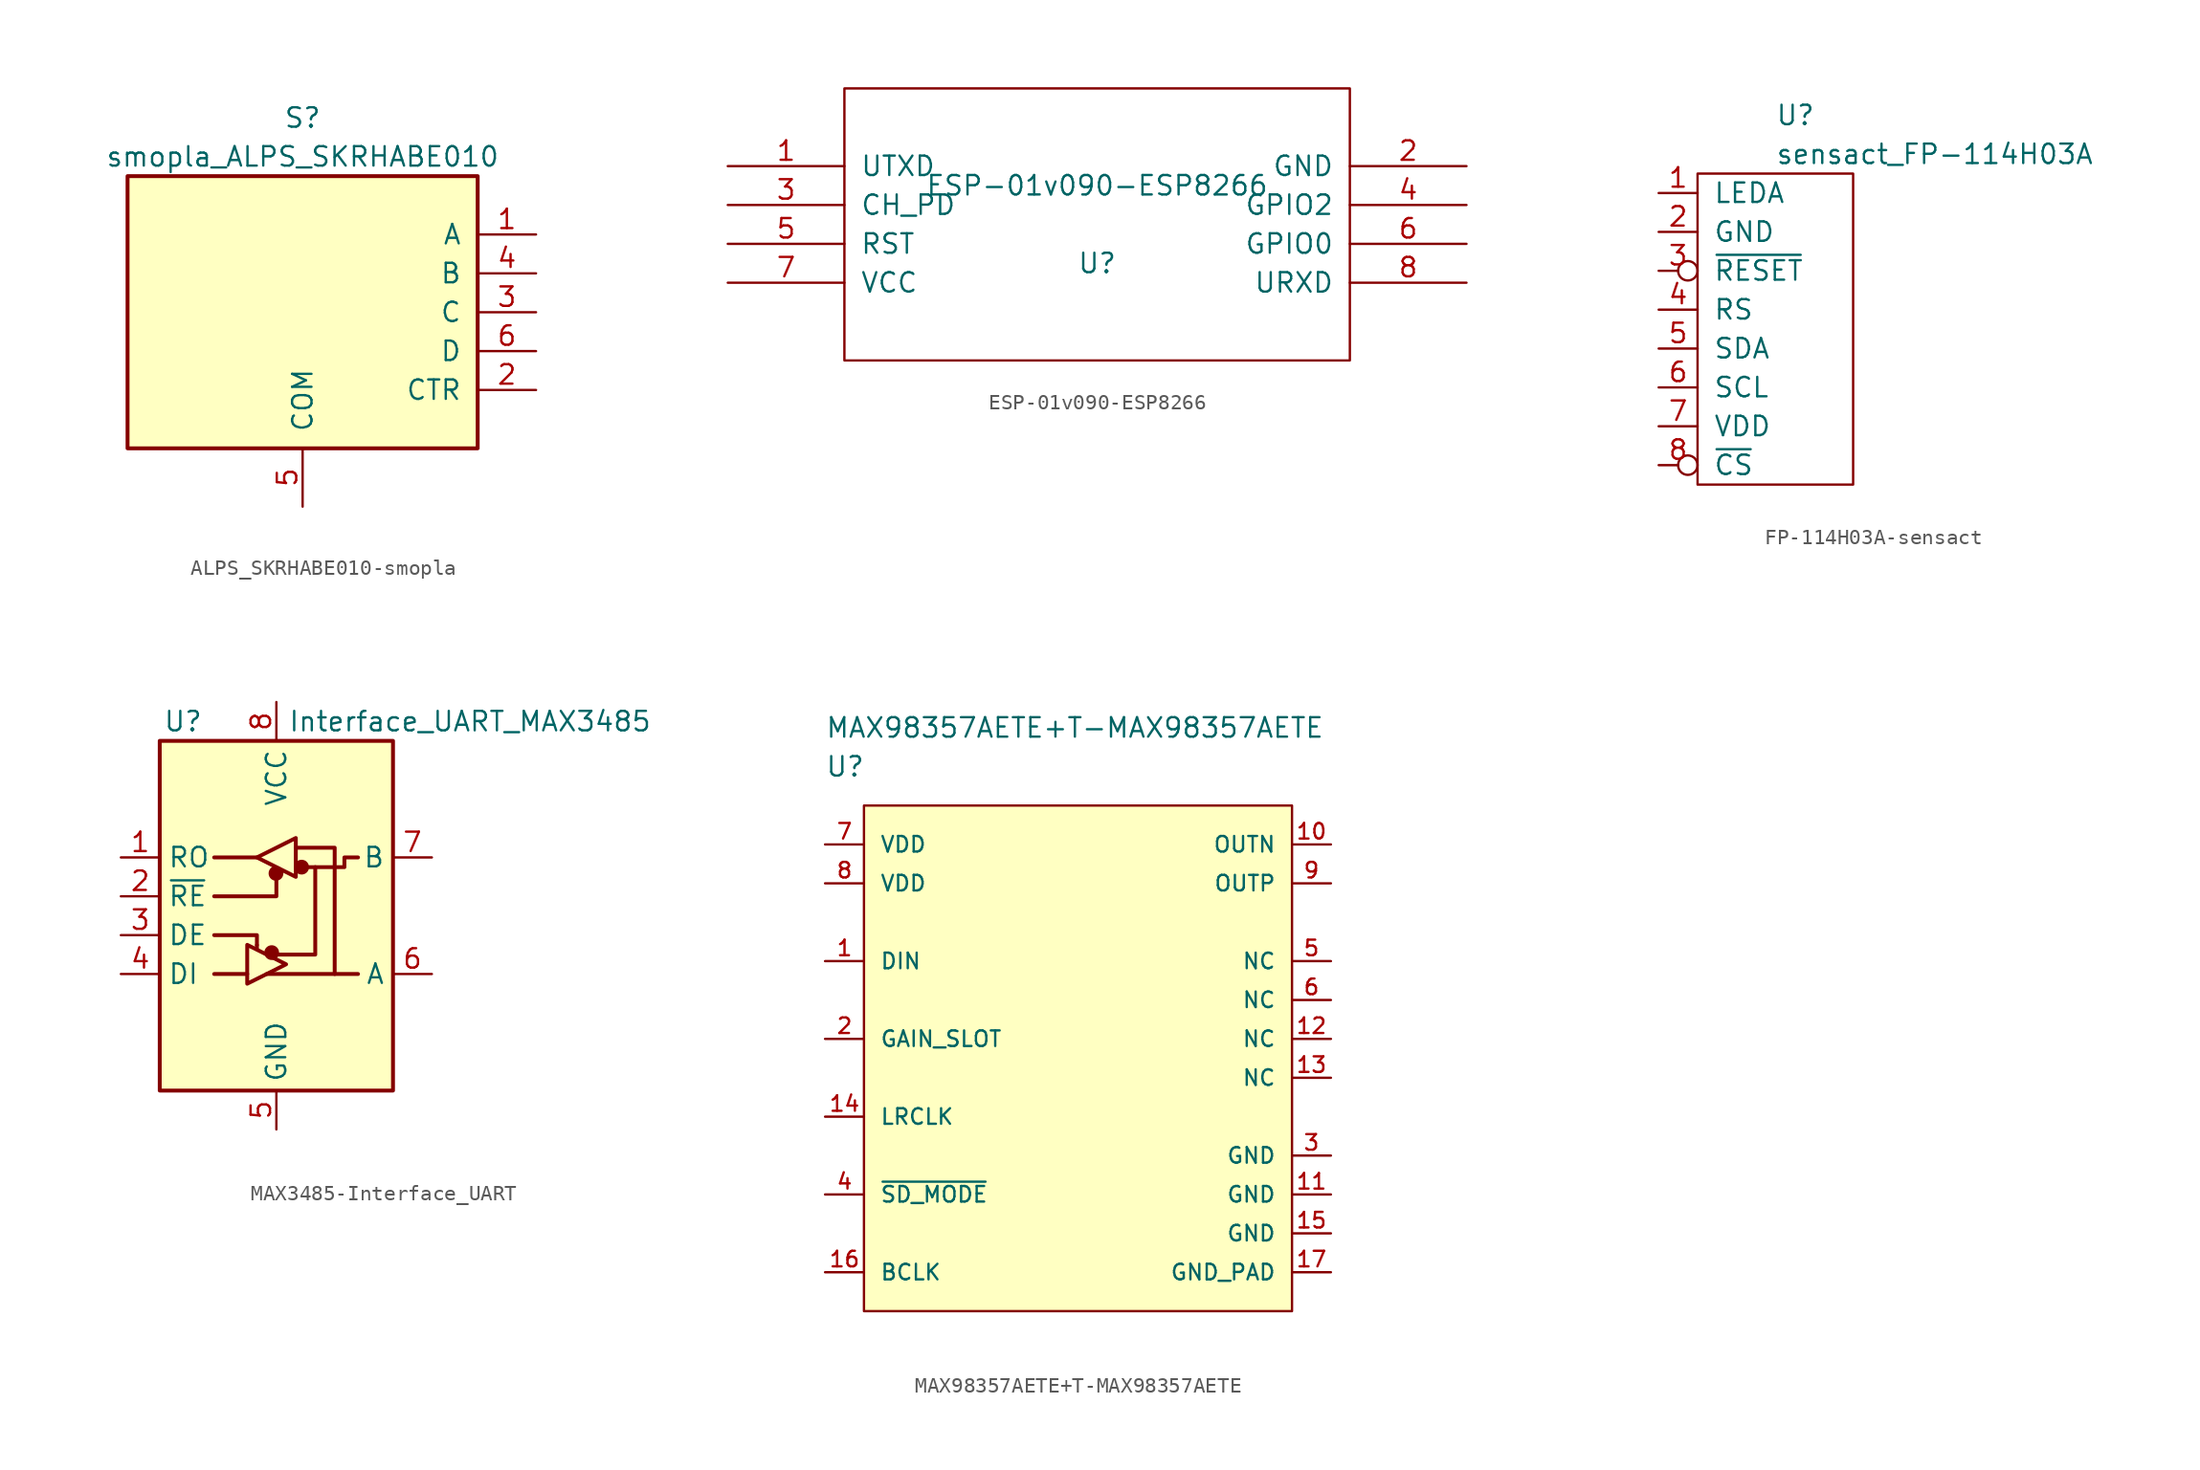
<source format=kicad_sym>
(kicad_symbol_lib
  (version 20231120)
  (generator "kicad_symbol_editor")
  (generator_version "8.0")
  (symbol "ALPS_SKRHABE010-smopla"
    (pin_names
      (offset 1.016))
    (property "Reference" "S"
      (at 0 12.7 0)
      (effects (font (size 1.27 1.27))))
    (property "Value" "smopla_ALPS_SKRHABE010"
      (at 0 10.16 0)
      (effects (font (size 1.27 1.27))))
    (symbol "ALPS_SKRHABE010-smopla_1_0"
      (rectangle (start -11.43 -8.89) (end 11.43 8.89) (stroke (width 0.254) (type solid)) (fill (type background))))
    (symbol "ALPS_SKRHABE010-smopla_1_1"
      (pin passive line (at 15.24 5.08 180) (length 3.81) (name "A" (effects (font (size 1.27 1.27)))) (number "1" (effects (font (size 1.27 1.27)))))
      (pin passive line (at 15.24 -5.08 180) (length 3.81) (name "CTR" (effects (font (size 1.27 1.27)))) (number "2" (effects (font (size 1.27 1.27)))))
      (pin passive line (at 15.24 0 180) (length 3.81) (name "C" (effects (font (size 1.27 1.27)))) (number "3" (effects (font (size 1.27 1.27)))))
      (pin passive line (at 15.24 2.54 180) (length 3.81) (name "B" (effects (font (size 1.27 1.27)))) (number "4" (effects (font (size 1.27 1.27)))))
      (pin power_in line (at 0 -12.7 90) (length 3.81) (name "COM" (effects (font (size 1.27 1.27)))) (number "5" (effects (font (size 1.27 1.27)))))
      (pin passive line (at 15.24 -2.54 180) (length 3.81) (name "D" (effects (font (size 1.27 1.27)))) (number "6" (effects (font (size 1.27 1.27)))))))
  (symbol "ESP-01v090-ESP8266"
    (pin_names
      (offset 1.016))
    (property "Reference" "U"
      (at 0 -2.54 0)
      (effects (font (size 1.27 1.27))))
    (property "Value" "ESP-01v090-ESP8266"
      (at 0 2.54 0)
      (effects (font (size 1.27 1.27))))
    (symbol "ESP-01v090-ESP8266_1_0"
      (rectangle (start -16.51 -8.89) (end 16.51 8.89) (stroke (width 0) (type solid)) (fill (type none))))
    (symbol "ESP-01v090-ESP8266_1_1"
      (pin output line (at -24.13 3.81 0) (length 7.62) (name "UTXD" (effects (font (size 1.27 1.27)))) (number "1" (effects (font (size 1.27 1.27)))))
      (pin power_in line (at 24.13 3.81 180) (length 7.62) (name "GND" (effects (font (size 1.27 1.27)))) (number "2" (effects (font (size 1.27 1.27)))))
      (pin input line (at -24.13 1.27 0) (length 7.62) (name "CH_PD" (effects (font (size 1.27 1.27)))) (number "3" (effects (font (size 1.27 1.27)))))
      (pin tri_state line (at 24.13 1.27 180) (length 7.62) (name "GPIO2" (effects (font (size 1.27 1.27)))) (number "4" (effects (font (size 1.27 1.27)))))
      (pin input line (at -24.13 -1.27 0) (length 7.62) (name "RST" (effects (font (size 1.27 1.27)))) (number "5" (effects (font (size 1.27 1.27)))))
      (pin tri_state line (at 24.13 -1.27 180) (length 7.62) (name "GPIO0" (effects (font (size 1.27 1.27)))) (number "6" (effects (font (size 1.27 1.27)))))
      (pin power_in line (at -24.13 -3.81 0) (length 7.62) (name "VCC" (effects (font (size 1.27 1.27)))) (number "7" (effects (font (size 1.27 1.27)))))
      (pin input line (at 24.13 -3.81 180) (length 7.62) (name "URXD" (effects (font (size 1.27 1.27)))) (number "8" (effects (font (size 1.27 1.27)))))))
  (symbol "FP-114H03A-sensact"
    (pin_names
      (offset 1.016))
    (property "Reference" "U"
      (at 0 13.97 0)
      (effects (font (size 1.27 1.27)) (justify left)))
    (property "Value" "sensact_FP-114H03A"
      (at 0 11.43 0)
      (effects (font (size 1.27 1.27)) (justify left)))
    (symbol "FP-114H03A-sensact_0_1"
      (rectangle (start -5.08 10.16) (end 5.08 -10.16) (stroke (width 0) (type solid)) (fill (type none))))
    (symbol "FP-114H03A-sensact_1_1"
      (pin power_in line (at -7.62 8.89 0) (length 2.54) (name "LEDA" (effects (font (size 1.27 1.27)))) (number "1" (effects (font (size 1.27 1.27)))))
      (pin power_in line (at -7.62 6.35 0) (length 2.54) (name "GND" (effects (font (size 1.27 1.27)))) (number "2" (effects (font (size 1.27 1.27)))))
      (pin input inverted (at -7.62 3.81 0) (length 2.54) (name "~{RESET}" (effects (font (size 1.27 1.27)))) (number "3" (effects (font (size 1.27 1.27)))))
      (pin input line (at -7.62 1.27 0) (length 2.54) (name "RS" (effects (font (size 1.27 1.27)))) (number "4" (effects (font (size 1.27 1.27)))))
      (pin bidirectional line (at -7.62 -1.27 0) (length 2.54) (name "SDA" (effects (font (size 1.27 1.27)))) (number "5" (effects (font (size 1.27 1.27)))))
      (pin input line (at -7.62 -3.81 0) (length 2.54) (name "SCL" (effects (font (size 1.27 1.27)))) (number "6" (effects (font (size 1.27 1.27)))))
      (pin power_in line (at -7.62 -6.35 0) (length 2.54) (name "VDD" (effects (font (size 1.27 1.27)))) (number "7" (effects (font (size 1.27 1.27)))))
      (pin input inverted (at -7.62 -8.89 0) (length 2.54) (name "~{CS}" (effects (font (size 1.27 1.27)))) (number "8" (effects (font (size 1.27 1.27)))))))
  (symbol "MAX3485-Interface_UART"
    (property "Reference" "U"
      (at -6.096 11.43 0)
      (effects (font (size 1.27 1.27))))
    (property "Value" "Interface_UART_MAX3485"
      (at 0.762 11.43 0)
      (effects (font (size 1.27 1.27)) (justify left)))
    (symbol "MAX3485-Interface_UART_0_1"
      (rectangle (start -7.62 10.16) (end 7.62 -12.7) (stroke (width 0.254) (type solid)) (fill (type background)))
      (circle (center -0.305 -3.683) (radius 0.356) (stroke (width 0.254) (type solid)) (fill (type outline)))
      (circle (center -0.025 1.499) (radius 0.356) (stroke (width 0.254) (type solid)) (fill (type outline)))
      (polyline (pts (xy -4.064 -5.08) (xy -1.905 -5.08)) (stroke (width 0.254) (type solid)) (fill (type none)))
      (polyline (pts (xy -4.064 2.54) (xy -1.27 2.54)) (stroke (width 0.254) (type solid)) (fill (type none)))
      (polyline (pts (xy -1.27 -3.2) (xy -1.27 -3.454)) (stroke (width 0.254) (type solid)) (fill (type none)))
      (polyline (pts (xy -0.635 -5.08) (xy 5.334 -5.08)) (stroke (width 0.254) (type solid)) (fill (type none)))
      (polyline (pts (xy -4.064 -2.54) (xy -1.27 -2.54) (xy -1.27 -3.175)) (stroke (width 0.254) (type solid)) (fill (type none)))
      (polyline (pts (xy 0 1.27) (xy 0 0) (xy -4.064 0)) (stroke (width 0.254) (type solid)) (fill (type none)))
      (polyline (pts (xy 1.27 3.175) (xy 3.81 3.175) (xy 3.81 -5.08)) (stroke (width 0.254) (type solid)) (fill (type none)))
      (polyline (pts (xy 2.54 1.905) (xy 2.54 -3.81) (xy 0 -3.81)) (stroke (width 0.254) (type solid)) (fill (type none)))
      (polyline (pts (xy -1.905 -3.175) (xy -1.905 -5.715) (xy 0.635 -4.445) (xy -1.905 -3.175)) (stroke (width 0.254) (type solid)) (fill (type none)))
      (polyline (pts (xy -1.27 2.54) (xy 1.27 3.81) (xy 1.27 1.27) (xy -1.27 2.54)) (stroke (width 0.254) (type solid)) (fill (type none)))
      (polyline (pts (xy 1.905 1.905) (xy 4.445 1.905) (xy 4.445 2.54) (xy 5.334 2.54)) (stroke (width 0.254) (type solid)) (fill (type none)))
      (rectangle (start 1.27 3.175) (end 1.27 3.175) (stroke (width 0) (type solid)) (fill (type none)))
      (circle (center 1.651 1.905) (radius 0.356) (stroke (width 0.254) (type solid)) (fill (type outline))))
    (symbol "MAX3485-Interface_UART_1_1"
      (pin output line (at -10.16 2.54 0) (length 2.54) (name "RO" (effects (font (size 1.27 1.27)))) (number "1" (effects (font (size 1.27 1.27)))))
      (pin input line (at -10.16 0 0) (length 2.54) (name "~{RE}" (effects (font (size 1.27 1.27)))) (number "2" (effects (font (size 1.27 1.27)))))
      (pin input line (at -10.16 -2.54 0) (length 2.54) (name "DE" (effects (font (size 1.27 1.27)))) (number "3" (effects (font (size 1.27 1.27)))))
      (pin input line (at -10.16 -5.08 0) (length 2.54) (name "DI" (effects (font (size 1.27 1.27)))) (number "4" (effects (font (size 1.27 1.27)))))
      (pin power_in line (at 0 -15.24 90) (length 2.54) (name "GND" (effects (font (size 1.27 1.27)))) (number "5" (effects (font (size 1.27 1.27)))))
      (pin bidirectional line (at 10.16 -5.08 180) (length 2.54) (name "A" (effects (font (size 1.27 1.27)))) (number "6" (effects (font (size 1.27 1.27)))))
      (pin bidirectional line (at 10.16 2.54 180) (length 2.54) (name "B" (effects (font (size 1.27 1.27)))) (number "7" (effects (font (size 1.27 1.27)))))
      (pin power_in line (at 0 12.7 270) (length 2.54) (name "VCC" (effects (font (size 1.27 1.27)))) (number "8" (effects (font (size 1.27 1.27)))))))
  (symbol "MAX98357AETE+T-MAX98357AETE"
    (pin_names
      (offset 1.016))
    (property "Reference" "U"
      (at 0 5.08 0)
      (effects (font (size 1.27 1.27)) (justify left)))
    (property "Value" "MAX98357AETE+T-MAX98357AETE"
      (at 0 7.62 0)
      (effects (font (size 1.27 1.27)) (justify left)))
    (property "ki_locked" ""
      (at 0 0 0)
      (effects (font (size 1.27 1.27))))
    (symbol "MAX98357AETE+T-MAX98357AETE_1_1"
      (rectangle (start 2.54 2.54) (end 30.48 -30.48) (stroke (width 0) (type solid)) (fill (type background)))
      (pin unspecified line (at 0 -7.62 0) (length 2.54) (name "DIN" (effects (font (size 1.016 1.016)))) (number "1" (effects (font (size 1.016 1.016)))))
      (pin unspecified line (at 33.02 0 180) (length 2.54) (name "OUTN" (effects (font (size 1.016 1.016)))) (number "10" (effects (font (size 1.016 1.016)))))
      (pin unspecified line (at 33.02 -22.86 180) (length 2.54) (name "GND" (effects (font (size 1.016 1.016)))) (number "11" (effects (font (size 1.016 1.016)))))
      (pin unspecified line (at 33.02 -12.7 180) (length 2.54) (name "NC" (effects (font (size 1.016 1.016)))) (number "12" (effects (font (size 1.016 1.016)))))
      (pin unspecified line (at 33.02 -15.24 180) (length 2.54) (name "NC" (effects (font (size 1.016 1.016)))) (number "13" (effects (font (size 1.016 1.016)))))
      (pin unspecified line (at 0 -17.78 0) (length 2.54) (name "LRCLK" (effects (font (size 1.016 1.016)))) (number "14" (effects (font (size 1.016 1.016)))))
      (pin unspecified line (at 33.02 -25.4 180) (length 2.54) (name "GND" (effects (font (size 1.016 1.016)))) (number "15" (effects (font (size 1.016 1.016)))))
      (pin unspecified line (at 0 -27.94 0) (length 2.54) (name "BCLK" (effects (font (size 1.016 1.016)))) (number "16" (effects (font (size 1.016 1.016)))))
      (pin unspecified line (at 33.02 -27.94 180) (length 2.54) (name "GND_PAD" (effects (font (size 1.016 1.016)))) (number "17" (effects (font (size 1.016 1.016)))))
      (pin unspecified line (at 0 -12.7 0) (length 2.54) (name "GAIN_SLOT" (effects (font (size 1.016 1.016)))) (number "2" (effects (font (size 1.016 1.016)))))
      (pin unspecified line (at 33.02 -20.32 180) (length 2.54) (name "GND" (effects (font (size 1.016 1.016)))) (number "3" (effects (font (size 1.016 1.016)))))
      (pin unspecified line (at 0 -22.86 0) (length 2.54) (name "~{SD_MODE}" (effects (font (size 1.016 1.016)))) (number "4" (effects (font (size 1.016 1.016)))))
      (pin unspecified line (at 33.02 -7.62 180) (length 2.54) (name "NC" (effects (font (size 1.016 1.016)))) (number "5" (effects (font (size 1.016 1.016)))))
      (pin unspecified line (at 33.02 -10.16 180) (length 2.54) (name "NC" (effects (font (size 1.016 1.016)))) (number "6" (effects (font (size 1.016 1.016)))))
      (pin unspecified line (at 0 0 0) (length 2.54) (name "VDD" (effects (font (size 1.016 1.016)))) (number "7" (effects (font (size 1.016 1.016)))))
      (pin unspecified line (at 0 -2.54 0) (length 2.54) (name "VDD" (effects (font (size 1.016 1.016)))) (number "8" (effects (font (size 1.016 1.016)))))
      (pin unspecified line (at 33.02 -2.54 180) (length 2.54) (name "OUTP" (effects (font (size 1.016 1.016)))) (number "9" (effects (font (size 1.016 1.016))))))))
</source>
